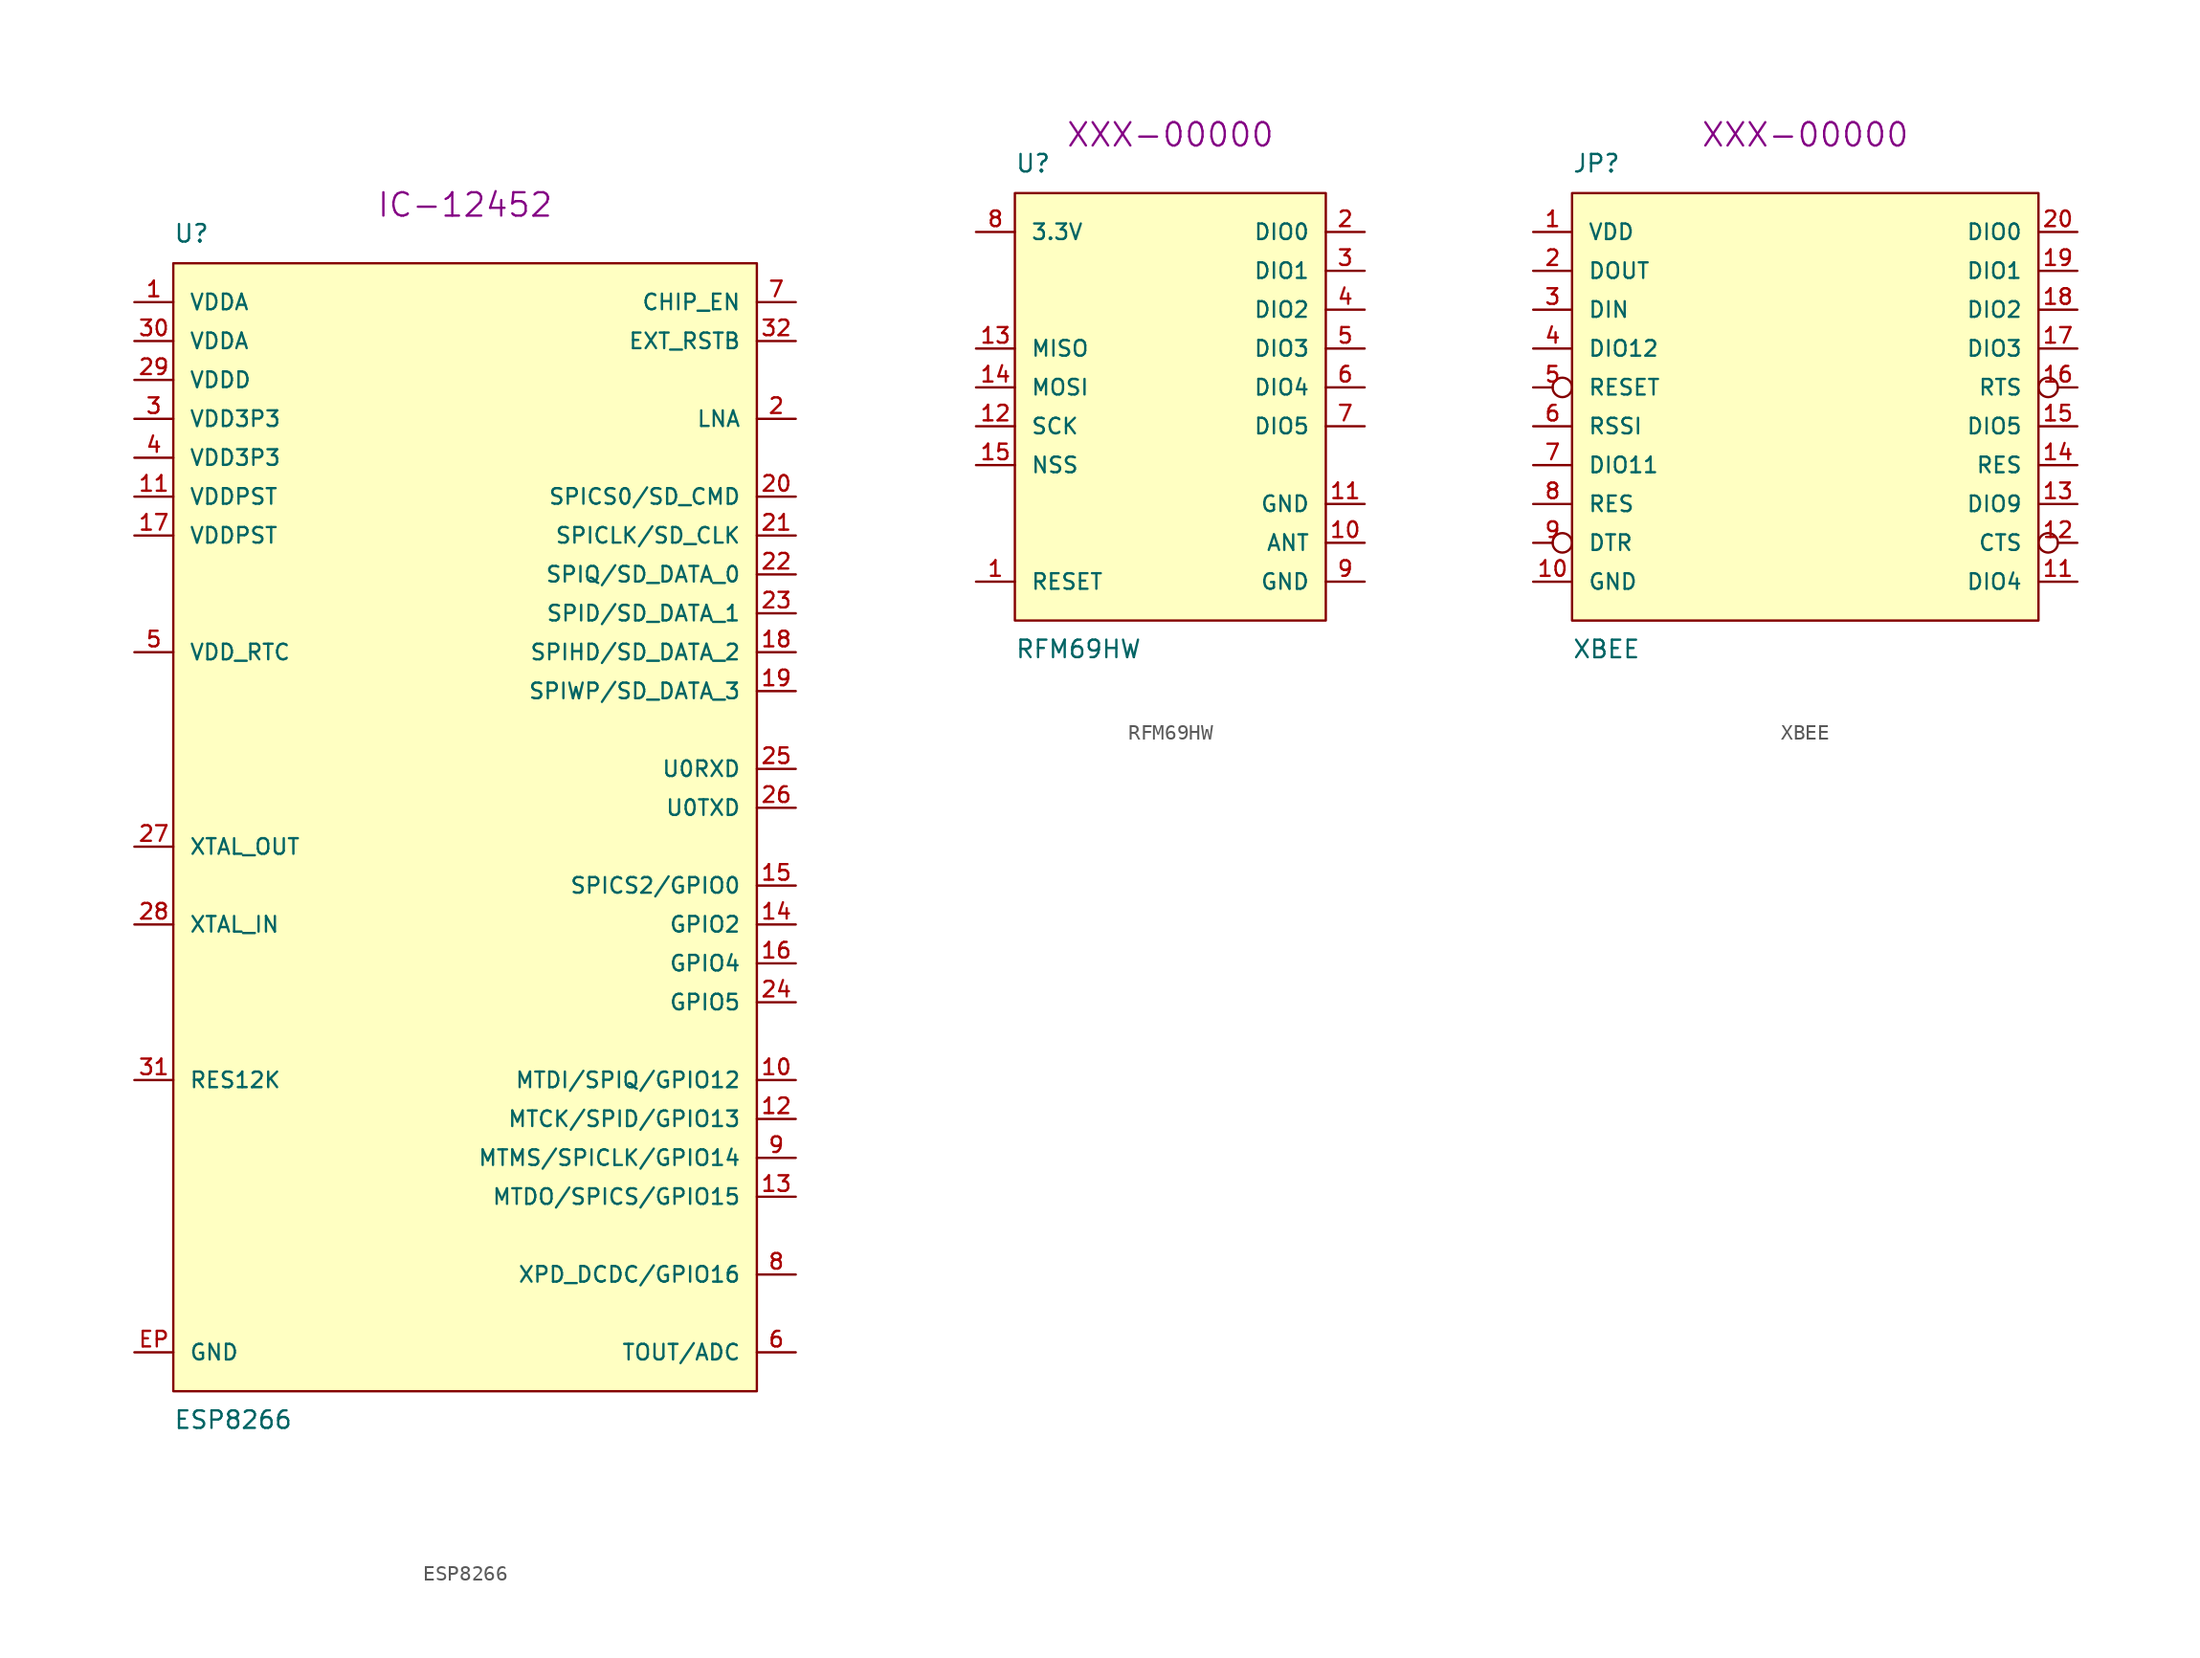
<source format=kicad_sym>
(kicad_symbol_lib
  (version 20220914)
  (generator kicad_symbol_editor)
  (symbol "ESP8266"
    (pin_names
      (offset 1.016))
    (property "Reference" "U"
      (at -19.05 39.37 0)
      (effects (font (size 1.143 1.143)) (justify left bottom)))
    (property "Value" "ESP8266"
      (at -19.05 -38.1 0)
      (effects (font (size 1.143 1.143)) (justify left bottom)))
    (property "Field4" "IC-12452"
      (at 0 41.91 0)
      (effects (font (size 1.524 1.524))))
    (property "ki_locked" ""
      (at 0 0 0)
      (effects (font (size 1.27 1.27))))
    (symbol "ESP8266_1_1"
      (polyline (pts (xy -19.05 38.1) (xy 19.05 38.1) (xy 19.05 -35.56) (xy -19.05 -35.56) (xy -19.05 38.1)) (stroke (width 0) (type solid)) (fill (type background)))
      (pin bidirectional line (at -21.59 35.56 0) (length 2.54) (name "VDDA" (effects (font (size 1.016 1.016)))) (number "1" (effects (font (size 1.016 1.016)))))
      (pin bidirectional line (at 21.59 -15.24 180) (length 2.54) (name "MTDI/SPIQ/GPIO12" (effects (font (size 1.016 1.016)))) (number "10" (effects (font (size 1.016 1.016)))))
      (pin bidirectional line (at -21.59 22.86 0) (length 2.54) (name "VDDPST" (effects (font (size 1.016 1.016)))) (number "11" (effects (font (size 1.016 1.016)))))
      (pin bidirectional line (at 21.59 -17.78 180) (length 2.54) (name "MTCK/SPID/GPIO13" (effects (font (size 1.016 1.016)))) (number "12" (effects (font (size 1.016 1.016)))))
      (pin bidirectional line (at 21.59 -22.86 180) (length 2.54) (name "MTDO/SPICS/GPIO15" (effects (font (size 1.016 1.016)))) (number "13" (effects (font (size 1.016 1.016)))))
      (pin bidirectional line (at 21.59 -5.08 180) (length 2.54) (name "GPIO2" (effects (font (size 1.016 1.016)))) (number "14" (effects (font (size 1.016 1.016)))))
      (pin bidirectional line (at 21.59 -2.54 180) (length 2.54) (name "SPICS2/GPIO0" (effects (font (size 1.016 1.016)))) (number "15" (effects (font (size 1.016 1.016)))))
      (pin bidirectional line (at 21.59 -7.62 180) (length 2.54) (name "GPIO4" (effects (font (size 1.016 1.016)))) (number "16" (effects (font (size 1.016 1.016)))))
      (pin bidirectional line (at -21.59 20.32 0) (length 2.54) (name "VDDPST" (effects (font (size 1.016 1.016)))) (number "17" (effects (font (size 1.016 1.016)))))
      (pin bidirectional line (at 21.59 12.7 180) (length 2.54) (name "SPIHD/SD_DATA_2" (effects (font (size 1.016 1.016)))) (number "18" (effects (font (size 1.016 1.016)))))
      (pin bidirectional line (at 21.59 10.16 180) (length 2.54) (name "SPIWP/SD_DATA_3" (effects (font (size 1.016 1.016)))) (number "19" (effects (font (size 1.016 1.016)))))
      (pin bidirectional line (at 21.59 27.94 180) (length 2.54) (name "LNA" (effects (font (size 1.016 1.016)))) (number "2" (effects (font (size 1.016 1.016)))))
      (pin bidirectional line (at 21.59 22.86 180) (length 2.54) (name "SPICS0/SD_CMD" (effects (font (size 1.016 1.016)))) (number "20" (effects (font (size 1.016 1.016)))))
      (pin bidirectional line (at 21.59 20.32 180) (length 2.54) (name "SPICLK/SD_CLK" (effects (font (size 1.016 1.016)))) (number "21" (effects (font (size 1.016 1.016)))))
      (pin bidirectional line (at 21.59 17.78 180) (length 2.54) (name "SPIQ/SD_DATA_0" (effects (font (size 1.016 1.016)))) (number "22" (effects (font (size 1.016 1.016)))))
      (pin bidirectional line (at 21.59 15.24 180) (length 2.54) (name "SPID/SD_DATA_1" (effects (font (size 1.016 1.016)))) (number "23" (effects (font (size 1.016 1.016)))))
      (pin bidirectional line (at 21.59 -10.16 180) (length 2.54) (name "GPIO5" (effects (font (size 1.016 1.016)))) (number "24" (effects (font (size 1.016 1.016)))))
      (pin bidirectional line (at 21.59 5.08 180) (length 2.54) (name "U0RXD" (effects (font (size 1.016 1.016)))) (number "25" (effects (font (size 1.016 1.016)))))
      (pin bidirectional line (at 21.59 2.54 180) (length 2.54) (name "U0TXD" (effects (font (size 1.016 1.016)))) (number "26" (effects (font (size 1.016 1.016)))))
      (pin bidirectional line (at -21.59 0 0) (length 2.54) (name "XTAL_OUT" (effects (font (size 1.016 1.016)))) (number "27" (effects (font (size 1.016 1.016)))))
      (pin bidirectional line (at -21.59 -5.08 0) (length 2.54) (name "XTAL_IN" (effects (font (size 1.016 1.016)))) (number "28" (effects (font (size 1.016 1.016)))))
      (pin bidirectional line (at -21.59 30.48 0) (length 2.54) (name "VDDD" (effects (font (size 1.016 1.016)))) (number "29" (effects (font (size 1.016 1.016)))))
      (pin bidirectional line (at -21.59 27.94 0) (length 2.54) (name "VDD3P3" (effects (font (size 1.016 1.016)))) (number "3" (effects (font (size 1.016 1.016)))))
      (pin bidirectional line (at -21.59 33.02 0) (length 2.54) (name "VDDA" (effects (font (size 1.016 1.016)))) (number "30" (effects (font (size 1.016 1.016)))))
      (pin bidirectional line (at -21.59 -15.24 0) (length 2.54) (name "RES12K" (effects (font (size 1.016 1.016)))) (number "31" (effects (font (size 1.016 1.016)))))
      (pin bidirectional line (at 21.59 33.02 180) (length 2.54) (name "EXT_RSTB" (effects (font (size 1.016 1.016)))) (number "32" (effects (font (size 1.016 1.016)))))
      (pin bidirectional line (at -21.59 25.4 0) (length 2.54) (name "VDD3P3" (effects (font (size 1.016 1.016)))) (number "4" (effects (font (size 1.016 1.016)))))
      (pin bidirectional line (at -21.59 12.7 0) (length 2.54) (name "VDD_RTC" (effects (font (size 1.016 1.016)))) (number "5" (effects (font (size 1.016 1.016)))))
      (pin bidirectional line (at 21.59 -33.02 180) (length 2.54) (name "TOUT/ADC" (effects (font (size 1.016 1.016)))) (number "6" (effects (font (size 1.016 1.016)))))
      (pin bidirectional line (at 21.59 35.56 180) (length 2.54) (name "CHIP_EN" (effects (font (size 1.016 1.016)))) (number "7" (effects (font (size 1.016 1.016)))))
      (pin bidirectional line (at 21.59 -27.94 180) (length 2.54) (name "XPD_DCDC/GPIO16" (effects (font (size 1.016 1.016)))) (number "8" (effects (font (size 1.016 1.016)))))
      (pin bidirectional line (at 21.59 -20.32 180) (length 2.54) (name "MTMS/SPICLK/GPIO14" (effects (font (size 1.016 1.016)))) (number "9" (effects (font (size 1.016 1.016)))))
      (pin bidirectional line (at -21.59 -33.02 0) (length 2.54) (name "GND" (effects (font (size 1.016 1.016)))) (number "EP" (effects (font (size 1.016 1.016)))))))
  (symbol "RFM69HW"
    (pin_names
      (offset 1.016))
    (property "Reference" "U"
      (at -10.16 16.51 0)
      (effects (font (size 1.143 1.143)) (justify left bottom)))
    (property "Value" "RFM69HW"
      (at -10.16 -15.24 0)
      (effects (font (size 1.143 1.143)) (justify left bottom)))
    (property "Field4" "XXX-00000"
      (at 0 19.05 0)
      (effects (font (size 1.524 1.524))))
    (property "ki_locked" ""
      (at 0 0 0)
      (effects (font (size 1.27 1.27))))
    (symbol "RFM69HW_1_1"
      (polyline (pts (xy -10.16 15.24) (xy -10.16 -12.7) (xy 10.16 -12.7) (xy 10.16 15.24) (xy -10.16 15.24)) (stroke (width 0) (type solid)) (fill (type background)))
      (pin input line (at -12.7 -10.16 0) (length 2.54) (name "RESET" (effects (font (size 1.016 1.016)))) (number "1" (effects (font (size 1.016 1.016)))))
      (pin passive line (at 12.7 -7.62 180) (length 2.54) (name "ANT" (effects (font (size 1.016 1.016)))) (number "10" (effects (font (size 1.016 1.016)))))
      (pin power_in line (at 12.7 -5.08 180) (length 2.54) (name "GND" (effects (font (size 1.016 1.016)))) (number "11" (effects (font (size 1.016 1.016)))))
      (pin input line (at -12.7 0 0) (length 2.54) (name "SCK" (effects (font (size 1.016 1.016)))) (number "12" (effects (font (size 1.016 1.016)))))
      (pin bidirectional line (at -12.7 5.08 0) (length 2.54) (name "MISO" (effects (font (size 1.016 1.016)))) (number "13" (effects (font (size 1.016 1.016)))))
      (pin input line (at -12.7 2.54 0) (length 2.54) (name "MOSI" (effects (font (size 1.016 1.016)))) (number "14" (effects (font (size 1.016 1.016)))))
      (pin input line (at -12.7 -2.54 0) (length 2.54) (name "NSS" (effects (font (size 1.016 1.016)))) (number "15" (effects (font (size 1.016 1.016)))))
      (pin bidirectional line (at 12.7 12.7 180) (length 2.54) (name "DIO0" (effects (font (size 1.016 1.016)))) (number "2" (effects (font (size 1.016 1.016)))))
      (pin bidirectional line (at 12.7 10.16 180) (length 2.54) (name "DIO1" (effects (font (size 1.016 1.016)))) (number "3" (effects (font (size 1.016 1.016)))))
      (pin bidirectional line (at 12.7 7.62 180) (length 2.54) (name "DIO2" (effects (font (size 1.016 1.016)))) (number "4" (effects (font (size 1.016 1.016)))))
      (pin bidirectional line (at 12.7 5.08 180) (length 2.54) (name "DIO3" (effects (font (size 1.016 1.016)))) (number "5" (effects (font (size 1.016 1.016)))))
      (pin bidirectional line (at 12.7 2.54 180) (length 2.54) (name "DIO4" (effects (font (size 1.016 1.016)))) (number "6" (effects (font (size 1.016 1.016)))))
      (pin bidirectional line (at 12.7 0 180) (length 2.54) (name "DIO5" (effects (font (size 1.016 1.016)))) (number "7" (effects (font (size 1.016 1.016)))))
      (pin power_in line (at -12.7 12.7 0) (length 2.54) (name "3.3V" (effects (font (size 1.016 1.016)))) (number "8" (effects (font (size 1.016 1.016)))))
      (pin power_in line (at 12.7 -10.16 180) (length 2.54) (name "GND" (effects (font (size 1.016 1.016)))) (number "9" (effects (font (size 1.016 1.016)))))))
  (symbol "XBEE"
    (pin_names
      (offset 1.016))
    (property "Reference" "JP"
      (at -15.24 13.97 0)
      (effects (font (size 1.143 1.143)) (justify left bottom)))
    (property "Value" "XBEE"
      (at -15.24 -17.78 0)
      (effects (font (size 1.143 1.143)) (justify left bottom)))
    (property "Field4" "XXX-00000"
      (at 0 16.51 0)
      (effects (font (size 1.524 1.524))))
    (property "ki_locked" ""
      (at 0 0 0)
      (effects (font (size 1.27 1.27))))
    (symbol "XBEE_1_1"
      (polyline (pts (xy -15.24 12.7) (xy 15.24 12.7) (xy 15.24 -15.24) (xy -15.24 -15.24) (xy -15.24 12.7)) (stroke (width 0) (type solid)) (fill (type background)))
      (pin power_in line (at -17.78 10.16 0) (length 2.54) (name "VDD" (effects (font (size 1.016 1.016)))) (number "1" (effects (font (size 1.016 1.016)))))
      (pin power_in line (at -17.78 -12.7 0) (length 2.54) (name "GND" (effects (font (size 1.016 1.016)))) (number "10" (effects (font (size 1.016 1.016)))))
      (pin bidirectional line (at 17.78 -12.7 180) (length 2.54) (name "DIO4" (effects (font (size 1.016 1.016)))) (number "11" (effects (font (size 1.016 1.016)))))
      (pin output inverted (at 17.78 -10.16 180) (length 2.54) (name "CTS" (effects (font (size 1.016 1.016)))) (number "12" (effects (font (size 1.016 1.016)))))
      (pin bidirectional line (at 17.78 -7.62 180) (length 2.54) (name "DIO9" (effects (font (size 1.016 1.016)))) (number "13" (effects (font (size 1.016 1.016)))))
      (pin bidirectional line (at 17.78 -5.08 180) (length 2.54) (name "RES" (effects (font (size 1.016 1.016)))) (number "14" (effects (font (size 1.016 1.016)))))
      (pin bidirectional line (at 17.78 -2.54 180) (length 2.54) (name "DIO5" (effects (font (size 1.016 1.016)))) (number "15" (effects (font (size 1.016 1.016)))))
      (pin input inverted (at 17.78 0 180) (length 2.54) (name "RTS" (effects (font (size 1.016 1.016)))) (number "16" (effects (font (size 1.016 1.016)))))
      (pin bidirectional line (at 17.78 2.54 180) (length 2.54) (name "DIO3" (effects (font (size 1.016 1.016)))) (number "17" (effects (font (size 1.016 1.016)))))
      (pin bidirectional line (at 17.78 5.08 180) (length 2.54) (name "DIO2" (effects (font (size 1.016 1.016)))) (number "18" (effects (font (size 1.016 1.016)))))
      (pin bidirectional line (at 17.78 7.62 180) (length 2.54) (name "DIO1" (effects (font (size 1.016 1.016)))) (number "19" (effects (font (size 1.016 1.016)))))
      (pin output line (at -17.78 7.62 0) (length 2.54) (name "DOUT" (effects (font (size 1.016 1.016)))) (number "2" (effects (font (size 1.016 1.016)))))
      (pin bidirectional line (at 17.78 10.16 180) (length 2.54) (name "DIO0" (effects (font (size 1.016 1.016)))) (number "20" (effects (font (size 1.016 1.016)))))
      (pin input line (at -17.78 5.08 0) (length 2.54) (name "DIN" (effects (font (size 1.016 1.016)))) (number "3" (effects (font (size 1.016 1.016)))))
      (pin bidirectional line (at -17.78 2.54 0) (length 2.54) (name "DIO12" (effects (font (size 1.016 1.016)))) (number "4" (effects (font (size 1.016 1.016)))))
      (pin input inverted (at -17.78 0 0) (length 2.54) (name "RESET" (effects (font (size 1.016 1.016)))) (number "5" (effects (font (size 1.016 1.016)))))
      (pin bidirectional line (at -17.78 -2.54 0) (length 2.54) (name "RSSI" (effects (font (size 1.016 1.016)))) (number "6" (effects (font (size 1.016 1.016)))))
      (pin bidirectional line (at -17.78 -5.08 0) (length 2.54) (name "DIO11" (effects (font (size 1.016 1.016)))) (number "7" (effects (font (size 1.016 1.016)))))
      (pin bidirectional line (at -17.78 -7.62 0) (length 2.54) (name "RES" (effects (font (size 1.016 1.016)))) (number "8" (effects (font (size 1.016 1.016)))))
      (pin bidirectional inverted (at -17.78 -10.16 0) (length 2.54) (name "DTR" (effects (font (size 1.016 1.016)))) (number "9" (effects (font (size 1.016 1.016))))))))
</source>
